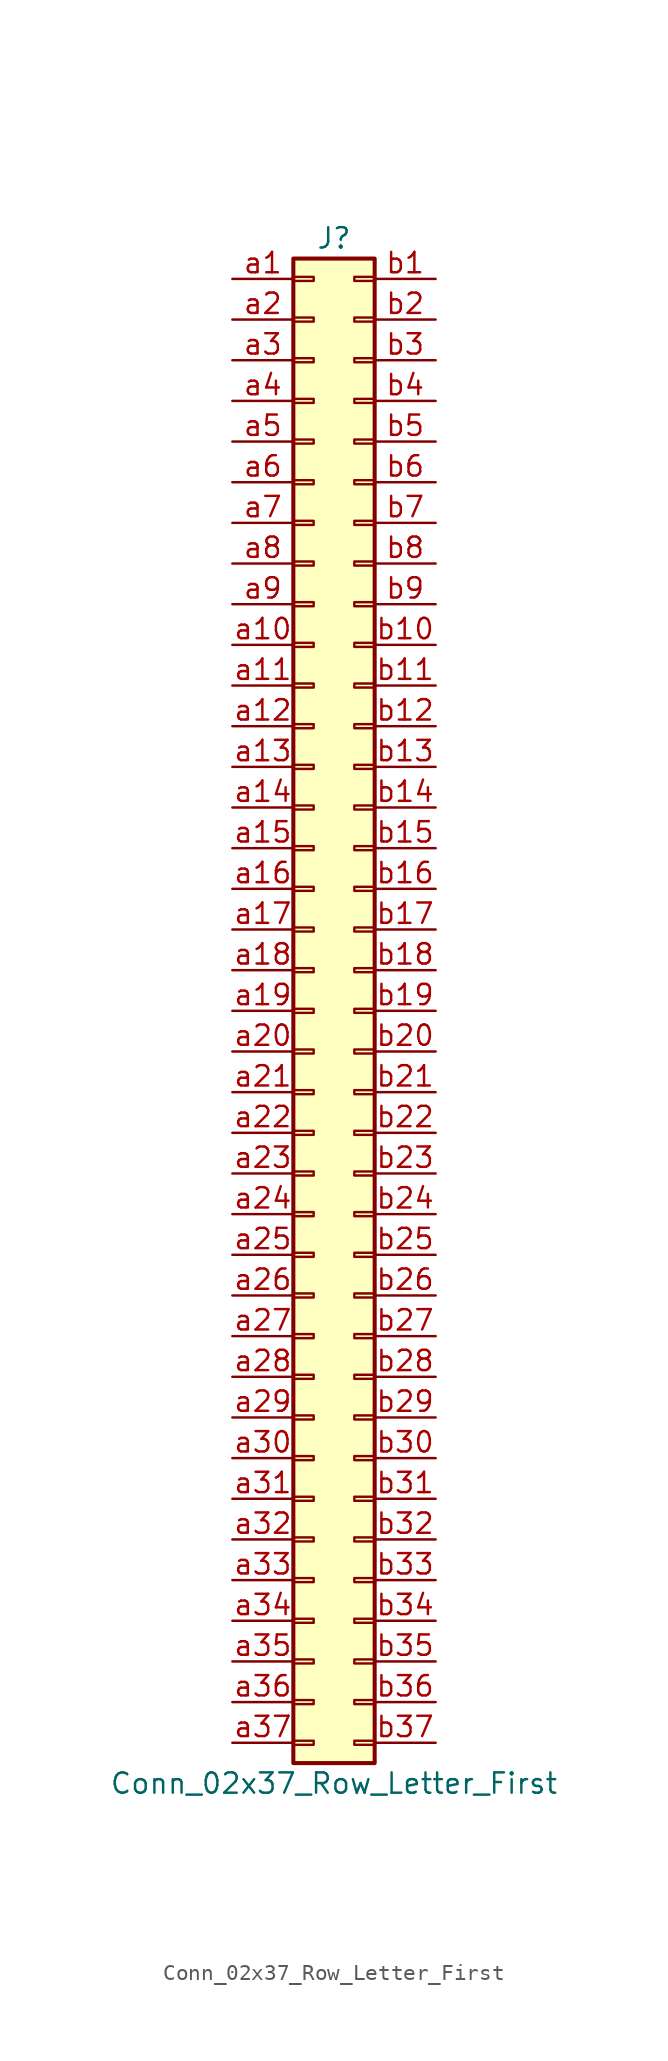
<source format=kicad_sym>
(kicad_symbol_lib
  (version 20220914)
  (generator kicad_symbol_editor)
  (symbol "Conn_02x37_Row_Letter_First"
    (pin_names
      (offset 1.016) hide)
    (property "Reference" "J"
      (at 1.27 48.26 0)
      (effects (font (size 1.27 1.27))))
    (property "Value" "Conn_02x37_Row_Letter_First"
      (at 1.27 -48.26 0)
      (effects (font (size 1.27 1.27))))
    (symbol "Conn_02x37_Row_Letter_First_1_1"
      (rectangle (start -1.27 -45.593) (end 0 -45.847) (stroke (width 0.152) (type default)) (fill (type none)))
      (rectangle (start -1.27 -43.053) (end 0 -43.307) (stroke (width 0.152) (type default)) (fill (type none)))
      (rectangle (start -1.27 -40.513) (end 0 -40.767) (stroke (width 0.152) (type default)) (fill (type none)))
      (rectangle (start -1.27 -37.973) (end 0 -38.227) (stroke (width 0.152) (type default)) (fill (type none)))
      (rectangle (start -1.27 -35.433) (end 0 -35.687) (stroke (width 0.152) (type default)) (fill (type none)))
      (rectangle (start -1.27 -32.893) (end 0 -33.147) (stroke (width 0.152) (type default)) (fill (type none)))
      (rectangle (start -1.27 -30.353) (end 0 -30.607) (stroke (width 0.152) (type default)) (fill (type none)))
      (rectangle (start -1.27 -27.813) (end 0 -28.067) (stroke (width 0.152) (type default)) (fill (type none)))
      (rectangle (start -1.27 -25.273) (end 0 -25.527) (stroke (width 0.152) (type default)) (fill (type none)))
      (rectangle (start -1.27 -22.733) (end 0 -22.987) (stroke (width 0.152) (type default)) (fill (type none)))
      (rectangle (start -1.27 -20.193) (end 0 -20.447) (stroke (width 0.152) (type default)) (fill (type none)))
      (rectangle (start -1.27 -17.653) (end 0 -17.907) (stroke (width 0.152) (type default)) (fill (type none)))
      (rectangle (start -1.27 -15.113) (end 0 -15.367) (stroke (width 0.152) (type default)) (fill (type none)))
      (rectangle (start -1.27 -12.573) (end 0 -12.827) (stroke (width 0.152) (type default)) (fill (type none)))
      (rectangle (start -1.27 -10.033) (end 0 -10.287) (stroke (width 0.152) (type default)) (fill (type none)))
      (rectangle (start -1.27 -7.493) (end 0 -7.747) (stroke (width 0.152) (type default)) (fill (type none)))
      (rectangle (start -1.27 -4.953) (end 0 -5.207) (stroke (width 0.152) (type default)) (fill (type none)))
      (rectangle (start -1.27 -2.413) (end 0 -2.667) (stroke (width 0.152) (type default)) (fill (type none)))
      (rectangle (start -1.27 0.127) (end 0 -0.127) (stroke (width 0.152) (type default)) (fill (type none)))
      (rectangle (start -1.27 2.667) (end 0 2.413) (stroke (width 0.152) (type default)) (fill (type none)))
      (rectangle (start -1.27 5.207) (end 0 4.953) (stroke (width 0.152) (type default)) (fill (type none)))
      (rectangle (start -1.27 7.747) (end 0 7.493) (stroke (width 0.152) (type default)) (fill (type none)))
      (rectangle (start -1.27 10.287) (end 0 10.033) (stroke (width 0.152) (type default)) (fill (type none)))
      (rectangle (start -1.27 12.827) (end 0 12.573) (stroke (width 0.152) (type default)) (fill (type none)))
      (rectangle (start -1.27 15.367) (end 0 15.113) (stroke (width 0.152) (type default)) (fill (type none)))
      (rectangle (start -1.27 17.907) (end 0 17.653) (stroke (width 0.152) (type default)) (fill (type none)))
      (rectangle (start -1.27 20.447) (end 0 20.193) (stroke (width 0.152) (type default)) (fill (type none)))
      (rectangle (start -1.27 22.987) (end 0 22.733) (stroke (width 0.152) (type default)) (fill (type none)))
      (rectangle (start -1.27 25.527) (end 0 25.273) (stroke (width 0.152) (type default)) (fill (type none)))
      (rectangle (start -1.27 28.067) (end 0 27.813) (stroke (width 0.152) (type default)) (fill (type none)))
      (rectangle (start -1.27 30.607) (end 0 30.353) (stroke (width 0.152) (type default)) (fill (type none)))
      (rectangle (start -1.27 33.147) (end 0 32.893) (stroke (width 0.152) (type default)) (fill (type none)))
      (rectangle (start -1.27 35.687) (end 0 35.433) (stroke (width 0.152) (type default)) (fill (type none)))
      (rectangle (start -1.27 38.227) (end 0 37.973) (stroke (width 0.152) (type default)) (fill (type none)))
      (rectangle (start -1.27 40.767) (end 0 40.513) (stroke (width 0.152) (type default)) (fill (type none)))
      (rectangle (start -1.27 43.307) (end 0 43.053) (stroke (width 0.152) (type default)) (fill (type none)))
      (rectangle (start -1.27 45.847) (end 0 45.593) (stroke (width 0.152) (type default)) (fill (type none)))
      (rectangle (start -1.27 46.99) (end 3.81 -46.99) (stroke (width 0.254) (type default)) (fill (type background)))
      (rectangle (start 3.81 -45.593) (end 2.54 -45.847) (stroke (width 0.152) (type default)) (fill (type none)))
      (rectangle (start 3.81 -43.053) (end 2.54 -43.307) (stroke (width 0.152) (type default)) (fill (type none)))
      (rectangle (start 3.81 -40.513) (end 2.54 -40.767) (stroke (width 0.152) (type default)) (fill (type none)))
      (rectangle (start 3.81 -37.973) (end 2.54 -38.227) (stroke (width 0.152) (type default)) (fill (type none)))
      (rectangle (start 3.81 -35.433) (end 2.54 -35.687) (stroke (width 0.152) (type default)) (fill (type none)))
      (rectangle (start 3.81 -32.893) (end 2.54 -33.147) (stroke (width 0.152) (type default)) (fill (type none)))
      (rectangle (start 3.81 -30.353) (end 2.54 -30.607) (stroke (width 0.152) (type default)) (fill (type none)))
      (rectangle (start 3.81 -27.813) (end 2.54 -28.067) (stroke (width 0.152) (type default)) (fill (type none)))
      (rectangle (start 3.81 -25.273) (end 2.54 -25.527) (stroke (width 0.152) (type default)) (fill (type none)))
      (rectangle (start 3.81 -22.733) (end 2.54 -22.987) (stroke (width 0.152) (type default)) (fill (type none)))
      (rectangle (start 3.81 -20.193) (end 2.54 -20.447) (stroke (width 0.152) (type default)) (fill (type none)))
      (rectangle (start 3.81 -17.653) (end 2.54 -17.907) (stroke (width 0.152) (type default)) (fill (type none)))
      (rectangle (start 3.81 -15.113) (end 2.54 -15.367) (stroke (width 0.152) (type default)) (fill (type none)))
      (rectangle (start 3.81 -12.573) (end 2.54 -12.827) (stroke (width 0.152) (type default)) (fill (type none)))
      (rectangle (start 3.81 -10.033) (end 2.54 -10.287) (stroke (width 0.152) (type default)) (fill (type none)))
      (rectangle (start 3.81 -7.493) (end 2.54 -7.747) (stroke (width 0.152) (type default)) (fill (type none)))
      (rectangle (start 3.81 -4.953) (end 2.54 -5.207) (stroke (width 0.152) (type default)) (fill (type none)))
      (rectangle (start 3.81 -2.413) (end 2.54 -2.667) (stroke (width 0.152) (type default)) (fill (type none)))
      (rectangle (start 3.81 0.127) (end 2.54 -0.127) (stroke (width 0.152) (type default)) (fill (type none)))
      (rectangle (start 3.81 2.667) (end 2.54 2.413) (stroke (width 0.152) (type default)) (fill (type none)))
      (rectangle (start 3.81 5.207) (end 2.54 4.953) (stroke (width 0.152) (type default)) (fill (type none)))
      (rectangle (start 3.81 7.747) (end 2.54 7.493) (stroke (width 0.152) (type default)) (fill (type none)))
      (rectangle (start 3.81 10.287) (end 2.54 10.033) (stroke (width 0.152) (type default)) (fill (type none)))
      (rectangle (start 3.81 12.827) (end 2.54 12.573) (stroke (width 0.152) (type default)) (fill (type none)))
      (rectangle (start 3.81 15.367) (end 2.54 15.113) (stroke (width 0.152) (type default)) (fill (type none)))
      (rectangle (start 3.81 17.907) (end 2.54 17.653) (stroke (width 0.152) (type default)) (fill (type none)))
      (rectangle (start 3.81 20.447) (end 2.54 20.193) (stroke (width 0.152) (type default)) (fill (type none)))
      (rectangle (start 3.81 22.987) (end 2.54 22.733) (stroke (width 0.152) (type default)) (fill (type none)))
      (rectangle (start 3.81 25.527) (end 2.54 25.273) (stroke (width 0.152) (type default)) (fill (type none)))
      (rectangle (start 3.81 28.067) (end 2.54 27.813) (stroke (width 0.152) (type default)) (fill (type none)))
      (rectangle (start 3.81 30.607) (end 2.54 30.353) (stroke (width 0.152) (type default)) (fill (type none)))
      (rectangle (start 3.81 33.147) (end 2.54 32.893) (stroke (width 0.152) (type default)) (fill (type none)))
      (rectangle (start 3.81 35.687) (end 2.54 35.433) (stroke (width 0.152) (type default)) (fill (type none)))
      (rectangle (start 3.81 38.227) (end 2.54 37.973) (stroke (width 0.152) (type default)) (fill (type none)))
      (rectangle (start 3.81 40.767) (end 2.54 40.513) (stroke (width 0.152) (type default)) (fill (type none)))
      (rectangle (start 3.81 43.307) (end 2.54 43.053) (stroke (width 0.152) (type default)) (fill (type none)))
      (rectangle (start 3.81 45.847) (end 2.54 45.593) (stroke (width 0.152) (type default)) (fill (type none)))
      (pin passive line (at -5.08 45.72 0) (length 3.81) (name "Pin_a1" (effects (font (size 1.27 1.27)))) (number "a1" (effects (font (size 1.27 1.27)))))
      (pin passive line (at -5.08 22.86 0) (length 3.81) (name "Pin_a10" (effects (font (size 1.27 1.27)))) (number "a10" (effects (font (size 1.27 1.27)))))
      (pin passive line (at -5.08 20.32 0) (length 3.81) (name "Pin_a11" (effects (font (size 1.27 1.27)))) (number "a11" (effects (font (size 1.27 1.27)))))
      (pin passive line (at -5.08 17.78 0) (length 3.81) (name "Pin_a12" (effects (font (size 1.27 1.27)))) (number "a12" (effects (font (size 1.27 1.27)))))
      (pin passive line (at -5.08 15.24 0) (length 3.81) (name "Pin_a13" (effects (font (size 1.27 1.27)))) (number "a13" (effects (font (size 1.27 1.27)))))
      (pin passive line (at -5.08 12.7 0) (length 3.81) (name "Pin_a14" (effects (font (size 1.27 1.27)))) (number "a14" (effects (font (size 1.27 1.27)))))
      (pin passive line (at -5.08 10.16 0) (length 3.81) (name "Pin_a15" (effects (font (size 1.27 1.27)))) (number "a15" (effects (font (size 1.27 1.27)))))
      (pin passive line (at -5.08 7.62 0) (length 3.81) (name "Pin_a16" (effects (font (size 1.27 1.27)))) (number "a16" (effects (font (size 1.27 1.27)))))
      (pin passive line (at -5.08 5.08 0) (length 3.81) (name "Pin_a17" (effects (font (size 1.27 1.27)))) (number "a17" (effects (font (size 1.27 1.27)))))
      (pin passive line (at -5.08 2.54 0) (length 3.81) (name "Pin_a18" (effects (font (size 1.27 1.27)))) (number "a18" (effects (font (size 1.27 1.27)))))
      (pin passive line (at -5.08 0 0) (length 3.81) (name "Pin_a19" (effects (font (size 1.27 1.27)))) (number "a19" (effects (font (size 1.27 1.27)))))
      (pin passive line (at -5.08 43.18 0) (length 3.81) (name "Pin_a2" (effects (font (size 1.27 1.27)))) (number "a2" (effects (font (size 1.27 1.27)))))
      (pin passive line (at -5.08 -2.54 0) (length 3.81) (name "Pin_a20" (effects (font (size 1.27 1.27)))) (number "a20" (effects (font (size 1.27 1.27)))))
      (pin passive line (at -5.08 -5.08 0) (length 3.81) (name "Pin_a21" (effects (font (size 1.27 1.27)))) (number "a21" (effects (font (size 1.27 1.27)))))
      (pin passive line (at -5.08 -7.62 0) (length 3.81) (name "Pin_a22" (effects (font (size 1.27 1.27)))) (number "a22" (effects (font (size 1.27 1.27)))))
      (pin passive line (at -5.08 -10.16 0) (length 3.81) (name "Pin_a23" (effects (font (size 1.27 1.27)))) (number "a23" (effects (font (size 1.27 1.27)))))
      (pin passive line (at -5.08 -12.7 0) (length 3.81) (name "Pin_a24" (effects (font (size 1.27 1.27)))) (number "a24" (effects (font (size 1.27 1.27)))))
      (pin passive line (at -5.08 -15.24 0) (length 3.81) (name "Pin_a25" (effects (font (size 1.27 1.27)))) (number "a25" (effects (font (size 1.27 1.27)))))
      (pin passive line (at -5.08 -17.78 0) (length 3.81) (name "Pin_a26" (effects (font (size 1.27 1.27)))) (number "a26" (effects (font (size 1.27 1.27)))))
      (pin passive line (at -5.08 -20.32 0) (length 3.81) (name "Pin_a27" (effects (font (size 1.27 1.27)))) (number "a27" (effects (font (size 1.27 1.27)))))
      (pin passive line (at -5.08 -22.86 0) (length 3.81) (name "Pin_a28" (effects (font (size 1.27 1.27)))) (number "a28" (effects (font (size 1.27 1.27)))))
      (pin passive line (at -5.08 -25.4 0) (length 3.81) (name "Pin_a29" (effects (font (size 1.27 1.27)))) (number "a29" (effects (font (size 1.27 1.27)))))
      (pin passive line (at -5.08 40.64 0) (length 3.81) (name "Pin_a3" (effects (font (size 1.27 1.27)))) (number "a3" (effects (font (size 1.27 1.27)))))
      (pin passive line (at -5.08 -27.94 0) (length 3.81) (name "Pin_a30" (effects (font (size 1.27 1.27)))) (number "a30" (effects (font (size 1.27 1.27)))))
      (pin passive line (at -5.08 -30.48 0) (length 3.81) (name "Pin_a31" (effects (font (size 1.27 1.27)))) (number "a31" (effects (font (size 1.27 1.27)))))
      (pin passive line (at -5.08 -33.02 0) (length 3.81) (name "Pin_a32" (effects (font (size 1.27 1.27)))) (number "a32" (effects (font (size 1.27 1.27)))))
      (pin passive line (at -5.08 -35.56 0) (length 3.81) (name "Pin_a33" (effects (font (size 1.27 1.27)))) (number "a33" (effects (font (size 1.27 1.27)))))
      (pin passive line (at -5.08 -38.1 0) (length 3.81) (name "Pin_a34" (effects (font (size 1.27 1.27)))) (number "a34" (effects (font (size 1.27 1.27)))))
      (pin passive line (at -5.08 -40.64 0) (length 3.81) (name "Pin_a35" (effects (font (size 1.27 1.27)))) (number "a35" (effects (font (size 1.27 1.27)))))
      (pin passive line (at -5.08 -43.18 0) (length 3.81) (name "Pin_a36" (effects (font (size 1.27 1.27)))) (number "a36" (effects (font (size 1.27 1.27)))))
      (pin passive line (at -5.08 -45.72 0) (length 3.81) (name "Pin_a37" (effects (font (size 1.27 1.27)))) (number "a37" (effects (font (size 1.27 1.27)))))
      (pin passive line (at -5.08 38.1 0) (length 3.81) (name "Pin_a4" (effects (font (size 1.27 1.27)))) (number "a4" (effects (font (size 1.27 1.27)))))
      (pin passive line (at -5.08 35.56 0) (length 3.81) (name "Pin_a5" (effects (font (size 1.27 1.27)))) (number "a5" (effects (font (size 1.27 1.27)))))
      (pin passive line (at -5.08 33.02 0) (length 3.81) (name "Pin_a6" (effects (font (size 1.27 1.27)))) (number "a6" (effects (font (size 1.27 1.27)))))
      (pin passive line (at -5.08 30.48 0) (length 3.81) (name "Pin_a7" (effects (font (size 1.27 1.27)))) (number "a7" (effects (font (size 1.27 1.27)))))
      (pin passive line (at -5.08 27.94 0) (length 3.81) (name "Pin_a8" (effects (font (size 1.27 1.27)))) (number "a8" (effects (font (size 1.27 1.27)))))
      (pin passive line (at -5.08 25.4 0) (length 3.81) (name "Pin_a9" (effects (font (size 1.27 1.27)))) (number "a9" (effects (font (size 1.27 1.27)))))
      (pin passive line (at 7.62 45.72 180) (length 3.81) (name "Pin_b1" (effects (font (size 1.27 1.27)))) (number "b1" (effects (font (size 1.27 1.27)))))
      (pin passive line (at 7.62 22.86 180) (length 3.81) (name "Pin_b10" (effects (font (size 1.27 1.27)))) (number "b10" (effects (font (size 1.27 1.27)))))
      (pin passive line (at 7.62 20.32 180) (length 3.81) (name "Pin_b11" (effects (font (size 1.27 1.27)))) (number "b11" (effects (font (size 1.27 1.27)))))
      (pin passive line (at 7.62 17.78 180) (length 3.81) (name "Pin_b12" (effects (font (size 1.27 1.27)))) (number "b12" (effects (font (size 1.27 1.27)))))
      (pin passive line (at 7.62 15.24 180) (length 3.81) (name "Pin_b13" (effects (font (size 1.27 1.27)))) (number "b13" (effects (font (size 1.27 1.27)))))
      (pin passive line (at 7.62 12.7 180) (length 3.81) (name "Pin_b14" (effects (font (size 1.27 1.27)))) (number "b14" (effects (font (size 1.27 1.27)))))
      (pin passive line (at 7.62 10.16 180) (length 3.81) (name "Pin_b15" (effects (font (size 1.27 1.27)))) (number "b15" (effects (font (size 1.27 1.27)))))
      (pin passive line (at 7.62 7.62 180) (length 3.81) (name "Pin_b16" (effects (font (size 1.27 1.27)))) (number "b16" (effects (font (size 1.27 1.27)))))
      (pin passive line (at 7.62 5.08 180) (length 3.81) (name "Pin_b17" (effects (font (size 1.27 1.27)))) (number "b17" (effects (font (size 1.27 1.27)))))
      (pin passive line (at 7.62 2.54 180) (length 3.81) (name "Pin_b18" (effects (font (size 1.27 1.27)))) (number "b18" (effects (font (size 1.27 1.27)))))
      (pin passive line (at 7.62 0 180) (length 3.81) (name "Pin_b19" (effects (font (size 1.27 1.27)))) (number "b19" (effects (font (size 1.27 1.27)))))
      (pin passive line (at 7.62 43.18 180) (length 3.81) (name "Pin_b2" (effects (font (size 1.27 1.27)))) (number "b2" (effects (font (size 1.27 1.27)))))
      (pin passive line (at 7.62 -2.54 180) (length 3.81) (name "Pin_b20" (effects (font (size 1.27 1.27)))) (number "b20" (effects (font (size 1.27 1.27)))))
      (pin passive line (at 7.62 -5.08 180) (length 3.81) (name "Pin_b21" (effects (font (size 1.27 1.27)))) (number "b21" (effects (font (size 1.27 1.27)))))
      (pin passive line (at 7.62 -7.62 180) (length 3.81) (name "Pin_b22" (effects (font (size 1.27 1.27)))) (number "b22" (effects (font (size 1.27 1.27)))))
      (pin passive line (at 7.62 -10.16 180) (length 3.81) (name "Pin_b23" (effects (font (size 1.27 1.27)))) (number "b23" (effects (font (size 1.27 1.27)))))
      (pin passive line (at 7.62 -12.7 180) (length 3.81) (name "Pin_b24" (effects (font (size 1.27 1.27)))) (number "b24" (effects (font (size 1.27 1.27)))))
      (pin passive line (at 7.62 -15.24 180) (length 3.81) (name "Pin_b25" (effects (font (size 1.27 1.27)))) (number "b25" (effects (font (size 1.27 1.27)))))
      (pin passive line (at 7.62 -17.78 180) (length 3.81) (name "Pin_b26" (effects (font (size 1.27 1.27)))) (number "b26" (effects (font (size 1.27 1.27)))))
      (pin passive line (at 7.62 -20.32 180) (length 3.81) (name "Pin_b27" (effects (font (size 1.27 1.27)))) (number "b27" (effects (font (size 1.27 1.27)))))
      (pin passive line (at 7.62 -22.86 180) (length 3.81) (name "Pin_b28" (effects (font (size 1.27 1.27)))) (number "b28" (effects (font (size 1.27 1.27)))))
      (pin passive line (at 7.62 -25.4 180) (length 3.81) (name "Pin_b29" (effects (font (size 1.27 1.27)))) (number "b29" (effects (font (size 1.27 1.27)))))
      (pin passive line (at 7.62 40.64 180) (length 3.81) (name "Pin_b3" (effects (font (size 1.27 1.27)))) (number "b3" (effects (font (size 1.27 1.27)))))
      (pin passive line (at 7.62 -27.94 180) (length 3.81) (name "Pin_b30" (effects (font (size 1.27 1.27)))) (number "b30" (effects (font (size 1.27 1.27)))))
      (pin passive line (at 7.62 -30.48 180) (length 3.81) (name "Pin_b31" (effects (font (size 1.27 1.27)))) (number "b31" (effects (font (size 1.27 1.27)))))
      (pin passive line (at 7.62 -33.02 180) (length 3.81) (name "Pin_b32" (effects (font (size 1.27 1.27)))) (number "b32" (effects (font (size 1.27 1.27)))))
      (pin passive line (at 7.62 -35.56 180) (length 3.81) (name "Pin_b33" (effects (font (size 1.27 1.27)))) (number "b33" (effects (font (size 1.27 1.27)))))
      (pin passive line (at 7.62 -38.1 180) (length 3.81) (name "Pin_b34" (effects (font (size 1.27 1.27)))) (number "b34" (effects (font (size 1.27 1.27)))))
      (pin passive line (at 7.62 -40.64 180) (length 3.81) (name "Pin_b35" (effects (font (size 1.27 1.27)))) (number "b35" (effects (font (size 1.27 1.27)))))
      (pin passive line (at 7.62 -43.18 180) (length 3.81) (name "Pin_b36" (effects (font (size 1.27 1.27)))) (number "b36" (effects (font (size 1.27 1.27)))))
      (pin passive line (at 7.62 -45.72 180) (length 3.81) (name "Pin_b37" (effects (font (size 1.27 1.27)))) (number "b37" (effects (font (size 1.27 1.27)))))
      (pin passive line (at 7.62 38.1 180) (length 3.81) (name "Pin_b4" (effects (font (size 1.27 1.27)))) (number "b4" (effects (font (size 1.27 1.27)))))
      (pin passive line (at 7.62 35.56 180) (length 3.81) (name "Pin_b5" (effects (font (size 1.27 1.27)))) (number "b5" (effects (font (size 1.27 1.27)))))
      (pin passive line (at 7.62 33.02 180) (length 3.81) (name "Pin_b6" (effects (font (size 1.27 1.27)))) (number "b6" (effects (font (size 1.27 1.27)))))
      (pin passive line (at 7.62 30.48 180) (length 3.81) (name "Pin_b7" (effects (font (size 1.27 1.27)))) (number "b7" (effects (font (size 1.27 1.27)))))
      (pin passive line (at 7.62 27.94 180) (length 3.81) (name "Pin_b8" (effects (font (size 1.27 1.27)))) (number "b8" (effects (font (size 1.27 1.27)))))
      (pin passive line (at 7.62 25.4 180) (length 3.81) (name "Pin_b9" (effects (font (size 1.27 1.27)))) (number "b9" (effects (font (size 1.27 1.27))))))))
</source>
